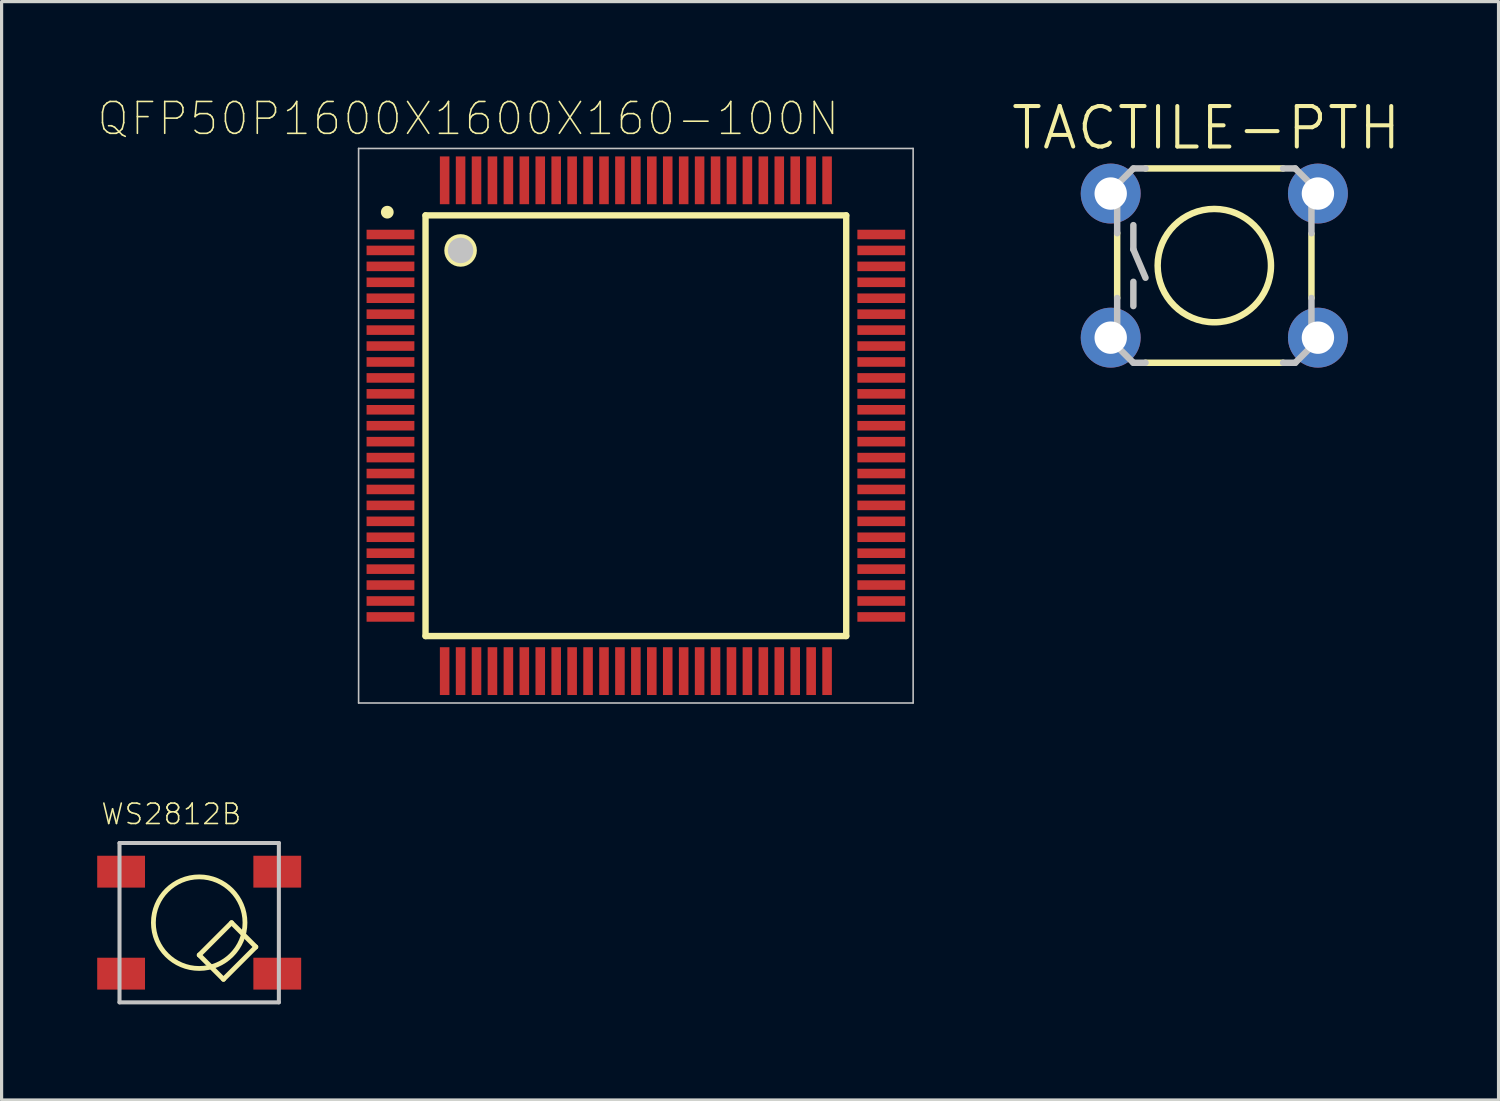
<source format=kicad_pcb>
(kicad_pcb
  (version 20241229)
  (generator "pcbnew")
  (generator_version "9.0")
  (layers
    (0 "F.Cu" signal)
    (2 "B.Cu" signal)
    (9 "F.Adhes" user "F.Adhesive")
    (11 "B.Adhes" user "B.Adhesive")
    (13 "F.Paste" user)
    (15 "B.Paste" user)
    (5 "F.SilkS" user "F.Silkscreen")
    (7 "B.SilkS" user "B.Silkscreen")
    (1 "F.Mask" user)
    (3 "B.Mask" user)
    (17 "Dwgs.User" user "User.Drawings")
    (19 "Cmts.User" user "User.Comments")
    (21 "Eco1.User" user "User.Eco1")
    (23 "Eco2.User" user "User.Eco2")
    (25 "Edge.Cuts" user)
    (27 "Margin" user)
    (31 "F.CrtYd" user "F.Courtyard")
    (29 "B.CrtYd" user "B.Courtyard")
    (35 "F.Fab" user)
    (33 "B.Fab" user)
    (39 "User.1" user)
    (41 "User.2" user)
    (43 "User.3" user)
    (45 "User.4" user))
  (footprint "TACTILE-PTH"
    (layer "F.Cu")
    (at 35.052 5.284)
    (property "Reference" "TACTILE-PTH" (at -0.254 -4.318 0) (layer "F.SilkS") (effects (font (size 1.27 1.27) (thickness 0.127))))
    (attr exclude_from_pos_files exclude_from_bom)
    (fp_line (start -3.048 -1.026) (end -3.048 1.016) (stroke (width 0.203) (type solid)) (layer "F.SilkS"))
    (fp_line (start -2.159 3.048) (end 2.159 3.048) (stroke (width 0.203) (type solid)) (layer "F.SilkS"))
    (fp_line (start 2.159 -3.048) (end -2.159 -3.048) (stroke (width 0.203) (type solid)) (layer "F.SilkS"))
    (fp_line (start 3.048 -0.996) (end 3.048 1.016) (stroke (width 0.203) (type solid)) (layer "F.SilkS"))
    (fp_circle (center 0 0) (end 0 -1.778) (stroke (width 0.203) (type solid)) (fill no) (layer "F.SilkS"))
    (fp_line (start -3.048 -2.54) (end -3.048 -1.016) (stroke (width 0.203) (type solid)) (layer "Dwgs.User"))
    (fp_line (start -3.048 2.54) (end -3.048 1.016) (stroke (width 0.203) (type solid)) (layer "Dwgs.User"))
    (fp_line (start -2.54 -3.048) (end -3.048 -2.54) (stroke (width 0.203) (type solid)) (layer "Dwgs.User"))
    (fp_line (start -2.54 -3.048) (end -2.159 -3.048) (stroke (width 0.203) (type solid)) (layer "Dwgs.User"))
    (fp_line (start -2.54 -1.27) (end -2.54 -0.508) (stroke (width 0.203) (type solid)) (layer "Dwgs.User"))
    (fp_line (start -2.54 -0.508) (end -2.159 0.381) (stroke (width 0.203) (type solid)) (layer "Dwgs.User"))
    (fp_line (start -2.54 0.508) (end -2.54 1.27) (stroke (width 0.203) (type solid)) (layer "Dwgs.User"))
    (fp_line (start -2.54 3.048) (end -3.048 2.54) (stroke (width 0.203) (type solid)) (layer "Dwgs.User"))
    (fp_line (start -2.54 3.048) (end -2.159 3.048) (stroke (width 0.203) (type solid)) (layer "Dwgs.User"))
    (fp_line (start 2.54 -3.048) (end 2.159 -3.048) (stroke (width 0.203) (type solid)) (layer "Dwgs.User"))
    (fp_line (start 2.54 3.048) (end 2.159 3.048) (stroke (width 0.203) (type solid)) (layer "Dwgs.User"))
    (fp_line (start 2.54 3.048) (end 3.048 2.54) (stroke (width 0.203) (type solid)) (layer "Dwgs.User"))
    (fp_line (start 3.048 -2.54) (end 2.54 -3.048) (stroke (width 0.203) (type solid)) (layer "Dwgs.User"))
    (fp_line (start 3.048 -1.016) (end 3.048 -2.54) (stroke (width 0.203) (type solid)) (layer "Dwgs.User"))
    (fp_line (start 3.048 2.54) (end 3.048 1.016) (stroke (width 0.203) (type solid)) (layer "Dwgs.User"))
    (pad "1" thru_hole circle (at -3.251 -2.261) (size 1.88 1.88) (drill 1.016) (layers "*.Cu" "*.Paste" "*.Mask"))
    (pad "2" thru_hole circle (at 3.251 -2.261) (size 1.88 1.88) (drill 1.016) (layers "*.Cu" "*.Paste" "*.Mask"))
    (pad "3" thru_hole circle (at -3.251 2.261) (size 1.88 1.88) (drill 1.016) (layers "*.Cu" "*.Paste" "*.Mask"))
    (pad "4" thru_hole circle (at 3.251 2.261) (size 1.88 1.88) (drill 1.016) (layers "*.Cu" "*.Paste" "*.Mask")))
  (footprint "QFP50P1600X1600X160-100N"
    (layer "F.Cu")
    (at 16.902 10.308)
    (property "Reference" "QFP50P1600X1600X160-100N" (at -5.26 -9.635 0) (layer "F.SilkS") (effects (font (size 1 1) (thickness 0.05))))
    (attr smd)
    (fp_line (start -6.6 -6.6) (end 6.6 -6.6) (stroke (width 0.2) (type solid)) (layer "F.SilkS"))
    (fp_line (start -6.6 6.6) (end -6.6 -6.6) (stroke (width 0.2) (type solid)) (layer "F.SilkS"))
    (fp_line (start 6.6 -6.6) (end 6.6 6.6) (stroke (width 0.2) (type solid)) (layer "F.SilkS"))
    (fp_line (start 6.6 6.6) (end -6.6 6.6) (stroke (width 0.2) (type solid)) (layer "F.SilkS"))
    (fp_circle (center -7.8 -6.7) (end -7.6 -6.7) (stroke (width 0) (type solid)) (fill yes) (layer "F.SilkS"))
    (fp_circle (center -5.5 -5.5) (end -5.359 -5.5) (stroke (width 0.3) (type solid)) (fill no) (layer "F.SilkS"))
    (fp_circle (center -5.5 -5.5) (end -5.139 -5.5) (stroke (width 0.3) (type solid)) (fill no) (layer "F.SilkS"))
    (fp_line (start -8.7 -8.7) (end 8.7 -8.7) (stroke (width 0.05) (type solid)) (layer "Dwgs.User"))
    (fp_line (start -8.7 8.7) (end -8.7 -8.7) (stroke (width 0.05) (type solid)) (layer "Dwgs.User"))
    (fp_line (start 8.7 -8.7) (end 8.7 8.7) (stroke (width 0.05) (type solid)) (layer "Dwgs.User"))
    (fp_line (start 8.7 8.7) (end -8.7 8.7) (stroke (width 0.05) (type solid)) (layer "Dwgs.User"))
    (fp_circle (center -5.5 -5.5) (end -5.1 -5.5) (stroke (width 0) (type solid)) (fill yes) (layer "Dwgs.User"))
    (pad "1" smd rect (at -7.7 -6) (size 1.5 0.3) (layers "F.Cu" "F.Mask" "F.Paste"))
    (pad "2" smd rect (at -7.7 -5.5) (size 1.5 0.3) (layers "F.Cu" "F.Mask" "F.Paste"))
    (pad "3" smd rect (at -7.7 -5) (size 1.5 0.3) (layers "F.Cu" "F.Mask" "F.Paste"))
    (pad "4" smd rect (at -7.7 -4.5) (size 1.5 0.3) (layers "F.Cu" "F.Mask" "F.Paste"))
    (pad "5" smd rect (at -7.7 -4) (size 1.5 0.3) (layers "F.Cu" "F.Mask" "F.Paste"))
    (pad "6" smd rect (at -7.7 -3.5) (size 1.5 0.3) (layers "F.Cu" "F.Mask" "F.Paste"))
    (pad "7" smd rect (at -7.7 -3) (size 1.5 0.3) (layers "F.Cu" "F.Mask" "F.Paste"))
    (pad "8" smd rect (at -7.7 -2.5) (size 1.5 0.3) (layers "F.Cu" "F.Mask" "F.Paste"))
    (pad "9" smd rect (at -7.7 -2) (size 1.5 0.3) (layers "F.Cu" "F.Mask" "F.Paste"))
    (pad "10" smd rect (at -7.7 -1.5) (size 1.5 0.3) (layers "F.Cu" "F.Mask" "F.Paste"))
    (pad "11" smd rect (at -7.7 -1) (size 1.5 0.3) (layers "F.Cu" "F.Mask" "F.Paste"))
    (pad "12" smd rect (at -7.7 -0.5) (size 1.5 0.3) (layers "F.Cu" "F.Mask" "F.Paste"))
    (pad "13" smd rect (at -7.7 0) (size 1.5 0.3) (layers "F.Cu" "F.Mask" "F.Paste"))
    (pad "14" smd rect (at -7.7 0.5) (size 1.5 0.3) (layers "F.Cu" "F.Mask" "F.Paste"))
    (pad "15" smd rect (at -7.7 1) (size 1.5 0.3) (layers "F.Cu" "F.Mask" "F.Paste"))
    (pad "16" smd rect (at -7.7 1.5) (size 1.5 0.3) (layers "F.Cu" "F.Mask" "F.Paste"))
    (pad "17" smd rect (at -7.7 2) (size 1.5 0.3) (layers "F.Cu" "F.Mask" "F.Paste"))
    (pad "18" smd rect (at -7.7 2.5) (size 1.5 0.3) (layers "F.Cu" "F.Mask" "F.Paste"))
    (pad "19" smd rect (at -7.7 3) (size 1.5 0.3) (layers "F.Cu" "F.Mask" "F.Paste"))
    (pad "20" smd rect (at -7.7 3.5) (size 1.5 0.3) (layers "F.Cu" "F.Mask" "F.Paste"))
    (pad "21" smd rect (at -7.7 4) (size 1.5 0.3) (layers "F.Cu" "F.Mask" "F.Paste"))
    (pad "22" smd rect (at -7.7 4.5) (size 1.5 0.3) (layers "F.Cu" "F.Mask" "F.Paste"))
    (pad "23" smd rect (at -7.7 5) (size 1.5 0.3) (layers "F.Cu" "F.Mask" "F.Paste"))
    (pad "24" smd rect (at -7.7 5.5) (size 1.5 0.3) (layers "F.Cu" "F.Mask" "F.Paste"))
    (pad "25" smd rect (at -7.7 6) (size 1.5 0.3) (layers "F.Cu" "F.Mask" "F.Paste"))
    (pad "26" smd rect (at -6 7.7 90) (size 1.5 0.3) (layers "F.Cu" "F.Mask" "F.Paste"))
    (pad "27" smd rect (at -5.5 7.7 90) (size 1.5 0.3) (layers "F.Cu" "F.Mask" "F.Paste"))
    (pad "28" smd rect (at -5 7.7 90) (size 1.5 0.3) (layers "F.Cu" "F.Mask" "F.Paste"))
    (pad "29" smd rect (at -4.5 7.7 90) (size 1.5 0.3) (layers "F.Cu" "F.Mask" "F.Paste"))
    (pad "30" smd rect (at -4 7.7 90) (size 1.5 0.3) (layers "F.Cu" "F.Mask" "F.Paste"))
    (pad "31" smd rect (at -3.5 7.7 90) (size 1.5 0.3) (layers "F.Cu" "F.Mask" "F.Paste"))
    (pad "32" smd rect (at -3 7.7 90) (size 1.5 0.3) (layers "F.Cu" "F.Mask" "F.Paste"))
    (pad "33" smd rect (at -2.5 7.7 90) (size 1.5 0.3) (layers "F.Cu" "F.Mask" "F.Paste"))
    (pad "34" smd rect (at -2 7.7 90) (size 1.5 0.3) (layers "F.Cu" "F.Mask" "F.Paste"))
    (pad "35" smd rect (at -1.5 7.7 90) (size 1.5 0.3) (layers "F.Cu" "F.Mask" "F.Paste"))
    (pad "36" smd rect (at -1 7.7 90) (size 1.5 0.3) (layers "F.Cu" "F.Mask" "F.Paste"))
    (pad "37" smd rect (at -0.5 7.7 90) (size 1.5 0.3) (layers "F.Cu" "F.Mask" "F.Paste"))
    (pad "38" smd rect (at 0 7.7 90) (size 1.5 0.3) (layers "F.Cu" "F.Mask" "F.Paste"))
    (pad "39" smd rect (at 0.5 7.7 90) (size 1.5 0.3) (layers "F.Cu" "F.Mask" "F.Paste"))
    (pad "40" smd rect (at 1 7.7 90) (size 1.5 0.3) (layers "F.Cu" "F.Mask" "F.Paste"))
    (pad "41" smd rect (at 1.5 7.7 90) (size 1.5 0.3) (layers "F.Cu" "F.Mask" "F.Paste"))
    (pad "42" smd rect (at 2 7.7 90) (size 1.5 0.3) (layers "F.Cu" "F.Mask" "F.Paste"))
    (pad "43" smd rect (at 2.5 7.7 90) (size 1.5 0.3) (layers "F.Cu" "F.Mask" "F.Paste"))
    (pad "44" smd rect (at 3 7.7 90) (size 1.5 0.3) (layers "F.Cu" "F.Mask" "F.Paste"))
    (pad "45" smd rect (at 3.5 7.7 90) (size 1.5 0.3) (layers "F.Cu" "F.Mask" "F.Paste"))
    (pad "46" smd rect (at 4 7.7 90) (size 1.5 0.3) (layers "F.Cu" "F.Mask" "F.Paste"))
    (pad "47" smd rect (at 4.5 7.7 90) (size 1.5 0.3) (layers "F.Cu" "F.Mask" "F.Paste"))
    (pad "48" smd rect (at 5 7.7 90) (size 1.5 0.3) (layers "F.Cu" "F.Mask" "F.Paste"))
    (pad "49" smd rect (at 5.5 7.7 90) (size 1.5 0.3) (layers "F.Cu" "F.Mask" "F.Paste"))
    (pad "50" smd rect (at 6 7.7 90) (size 1.5 0.3) (layers "F.Cu" "F.Mask" "F.Paste"))
    (pad "51" smd rect (at 7.7 6 180) (size 1.5 0.3) (layers "F.Cu" "F.Mask" "F.Paste"))
    (pad "52" smd rect (at 7.7 5.5 180) (size 1.5 0.3) (layers "F.Cu" "F.Mask" "F.Paste"))
    (pad "53" smd rect (at 7.7 5 180) (size 1.5 0.3) (layers "F.Cu" "F.Mask" "F.Paste"))
    (pad "54" smd rect (at 7.7 4.5 180) (size 1.5 0.3) (layers "F.Cu" "F.Mask" "F.Paste"))
    (pad "55" smd rect (at 7.7 4 180) (size 1.5 0.3) (layers "F.Cu" "F.Mask" "F.Paste"))
    (pad "56" smd rect (at 7.7 3.5 180) (size 1.5 0.3) (layers "F.Cu" "F.Mask" "F.Paste"))
    (pad "57" smd rect (at 7.7 3 180) (size 1.5 0.3) (layers "F.Cu" "F.Mask" "F.Paste"))
    (pad "58" smd rect (at 7.7 2.5 180) (size 1.5 0.3) (layers "F.Cu" "F.Mask" "F.Paste"))
    (pad "59" smd rect (at 7.7 2 180) (size 1.5 0.3) (layers "F.Cu" "F.Mask" "F.Paste"))
    (pad "60" smd rect (at 7.7 1.5 180) (size 1.5 0.3) (layers "F.Cu" "F.Mask" "F.Paste"))
    (pad "61" smd rect (at 7.7 1 180) (size 1.5 0.3) (layers "F.Cu" "F.Mask" "F.Paste"))
    (pad "62" smd rect (at 7.7 0.5 180) (size 1.5 0.3) (layers "F.Cu" "F.Mask" "F.Paste"))
    (pad "63" smd rect (at 7.7 0 180) (size 1.5 0.3) (layers "F.Cu" "F.Mask" "F.Paste"))
    (pad "64" smd rect (at 7.7 -0.5 180) (size 1.5 0.3) (layers "F.Cu" "F.Mask" "F.Paste"))
    (pad "65" smd rect (at 7.7 -1 180) (size 1.5 0.3) (layers "F.Cu" "F.Mask" "F.Paste"))
    (pad "66" smd rect (at 7.7 -1.5 180) (size 1.5 0.3) (layers "F.Cu" "F.Mask" "F.Paste"))
    (pad "67" smd rect (at 7.7 -2 180) (size 1.5 0.3) (layers "F.Cu" "F.Mask" "F.Paste"))
    (pad "68" smd rect (at 7.7 -2.5 180) (size 1.5 0.3) (layers "F.Cu" "F.Mask" "F.Paste"))
    (pad "69" smd rect (at 7.7 -3 180) (size 1.5 0.3) (layers "F.Cu" "F.Mask" "F.Paste"))
    (pad "70" smd rect (at 7.7 -3.5 180) (size 1.5 0.3) (layers "F.Cu" "F.Mask" "F.Paste"))
    (pad "71" smd rect (at 7.7 -4 180) (size 1.5 0.3) (layers "F.Cu" "F.Mask" "F.Paste"))
    (pad "72" smd rect (at 7.7 -4.5 180) (size 1.5 0.3) (layers "F.Cu" "F.Mask" "F.Paste"))
    (pad "73" smd rect (at 7.7 -5 180) (size 1.5 0.3) (layers "F.Cu" "F.Mask" "F.Paste"))
    (pad "74" smd rect (at 7.7 -5.5 180) (size 1.5 0.3) (layers "F.Cu" "F.Mask" "F.Paste"))
    (pad "75" smd rect (at 7.7 -6 180) (size 1.5 0.3) (layers "F.Cu" "F.Mask" "F.Paste"))
    (pad "76" smd rect (at 6 -7.7 270) (size 1.5 0.3) (layers "F.Cu" "F.Mask" "F.Paste"))
    (pad "77" smd rect (at 5.5 -7.7 270) (size 1.5 0.3) (layers "F.Cu" "F.Mask" "F.Paste"))
    (pad "78" smd rect (at 5 -7.7 270) (size 1.5 0.3) (layers "F.Cu" "F.Mask" "F.Paste"))
    (pad "79" smd rect (at 4.5 -7.7 270) (size 1.5 0.3) (layers "F.Cu" "F.Mask" "F.Paste"))
    (pad "80" smd rect (at 4 -7.7 270) (size 1.5 0.3) (layers "F.Cu" "F.Mask" "F.Paste"))
    (pad "81" smd rect (at 3.5 -7.7 270) (size 1.5 0.3) (layers "F.Cu" "F.Mask" "F.Paste"))
    (pad "82" smd rect (at 3 -7.7 270) (size 1.5 0.3) (layers "F.Cu" "F.Mask" "F.Paste"))
    (pad "83" smd rect (at 2.5 -7.7 270) (size 1.5 0.3) (layers "F.Cu" "F.Mask" "F.Paste"))
    (pad "84" smd rect (at 2 -7.7 270) (size 1.5 0.3) (layers "F.Cu" "F.Mask" "F.Paste"))
    (pad "85" smd rect (at 1.5 -7.7 270) (size 1.5 0.3) (layers "F.Cu" "F.Mask" "F.Paste"))
    (pad "86" smd rect (at 1 -7.7 270) (size 1.5 0.3) (layers "F.Cu" "F.Mask" "F.Paste"))
    (pad "87" smd rect (at 0.5 -7.7 270) (size 1.5 0.3) (layers "F.Cu" "F.Mask" "F.Paste"))
    (pad "88" smd rect (at 0 -7.7 270) (size 1.5 0.3) (layers "F.Cu" "F.Mask" "F.Paste"))
    (pad "89" smd rect (at -0.5 -7.7 270) (size 1.5 0.3) (layers "F.Cu" "F.Mask" "F.Paste"))
    (pad "90" smd rect (at -1 -7.7 270) (size 1.5 0.3) (layers "F.Cu" "F.Mask" "F.Paste"))
    (pad "91" smd rect (at -1.5 -7.7 270) (size 1.5 0.3) (layers "F.Cu" "F.Mask" "F.Paste"))
    (pad "92" smd rect (at -2 -7.7 270) (size 1.5 0.3) (layers "F.Cu" "F.Mask" "F.Paste"))
    (pad "93" smd rect (at -2.5 -7.7 270) (size 1.5 0.3) (layers "F.Cu" "F.Mask" "F.Paste"))
    (pad "94" smd rect (at -3 -7.7 270) (size 1.5 0.3) (layers "F.Cu" "F.Mask" "F.Paste"))
    (pad "95" smd rect (at -3.5 -7.7 270) (size 1.5 0.3) (layers "F.Cu" "F.Mask" "F.Paste"))
    (pad "96" smd rect (at -4 -7.7 270) (size 1.5 0.3) (layers "F.Cu" "F.Mask" "F.Paste"))
    (pad "97" smd rect (at -4.5 -7.7 270) (size 1.5 0.3) (layers "F.Cu" "F.Mask" "F.Paste"))
    (pad "98" smd rect (at -5 -7.7 270) (size 1.5 0.3) (layers "F.Cu" "F.Mask" "F.Paste"))
    (pad "99" smd rect (at -5.5 -7.7 270) (size 1.5 0.3) (layers "F.Cu" "F.Mask" "F.Paste"))
    (pad "100" smd rect (at -6 -7.7 270) (size 1.5 0.3) (layers "F.Cu" "F.Mask" "F.Paste")))
  (footprint "WS2812B"
    (layer "F.Cu")
    (at 3.2 25.901)
    (property "Reference" "WS2812B" (at -0.874 -3.406 0) (layer "F.SilkS") (effects (font (size 0.64 0.64) (thickness 0.05))))
    (attr smd)
    (fp_line (start 0 1.016) (end 1.016 0) (stroke (width 0.15) (type solid)) (layer "F.SilkS"))
    (fp_line (start 0.762 1.778) (end 0 1.016) (stroke (width 0.15) (type solid)) (layer "F.SilkS"))
    (fp_line (start 1.016 0) (end 1.778 0.762) (stroke (width 0.15) (type solid)) (layer "F.SilkS"))
    (fp_line (start 1.778 0.762) (end 0.762 1.778) (stroke (width 0.15) (type solid)) (layer "F.SilkS"))
    (fp_circle (center 0 0) (end 1.016 -1.016) (stroke (width 0.15) (type solid)) (fill no) (layer "F.SilkS"))
    (fp_line (start -2.5 -2.5) (end -2.5 2.5) (stroke (width 0.127) (type solid)) (layer "Dwgs.User"))
    (fp_line (start -2.5 2.5) (end 2.5 2.5) (stroke (width 0.127) (type solid)) (layer "Dwgs.User"))
    (fp_line (start 2.5 -2.5) (end -2.5 -2.5) (stroke (width 0.127) (type solid)) (layer "Dwgs.User"))
    (fp_line (start 2.5 2.5) (end 2.5 -2.5) (stroke (width 0.127) (type solid)) (layer "Dwgs.User"))
    (pad "1" smd rect (at -2.45 -1.6 90) (size 1 1.5) (layers "F.Cu" "F.Mask" "F.Paste"))
    (pad "2" smd rect (at -2.45 1.6 90) (size 1 1.5) (layers "F.Cu" "F.Mask" "F.Paste"))
    (pad "3" smd rect (at 2.45 1.6 90) (size 1 1.5) (layers "F.Cu" "F.Mask" "F.Paste"))
    (pad "4" smd rect (at 2.45 -1.6 90) (size 1 1.5) (layers "F.Cu" "F.Mask" "F.Paste")))
  (gr_rect
    (start -3 -3)
    (end 43.97 31.465)
    (stroke (width 0.1) (type default))
    (fill no)
    (layer "Edge.Cuts")))
</source>
